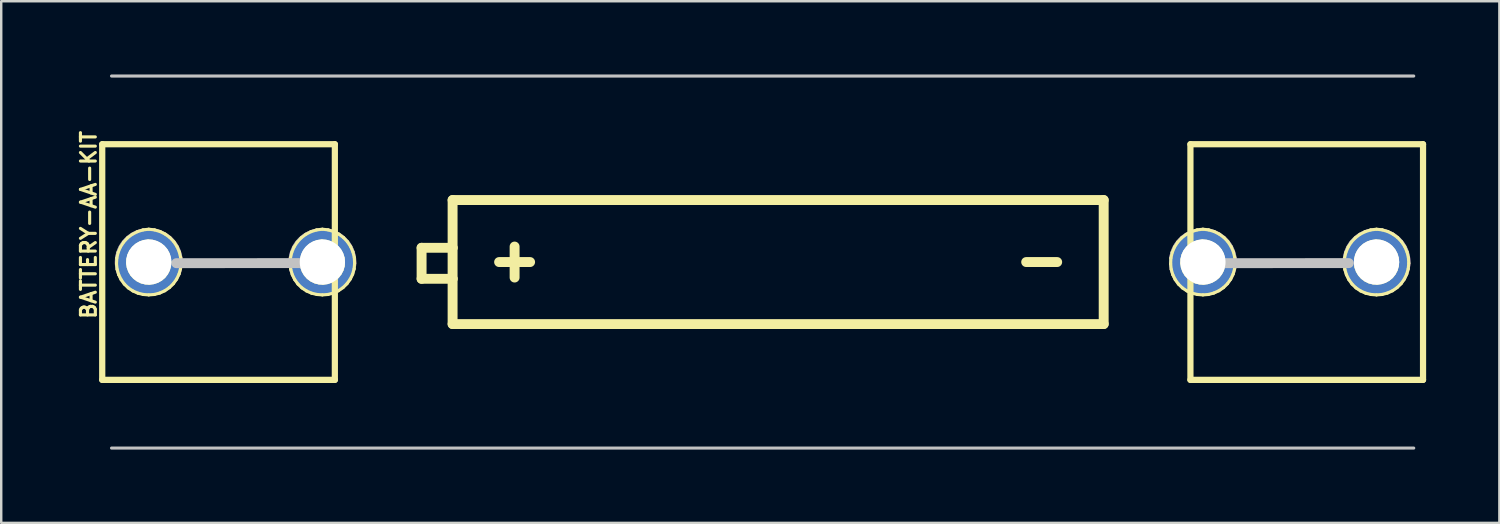
<source format=kicad_pcb>
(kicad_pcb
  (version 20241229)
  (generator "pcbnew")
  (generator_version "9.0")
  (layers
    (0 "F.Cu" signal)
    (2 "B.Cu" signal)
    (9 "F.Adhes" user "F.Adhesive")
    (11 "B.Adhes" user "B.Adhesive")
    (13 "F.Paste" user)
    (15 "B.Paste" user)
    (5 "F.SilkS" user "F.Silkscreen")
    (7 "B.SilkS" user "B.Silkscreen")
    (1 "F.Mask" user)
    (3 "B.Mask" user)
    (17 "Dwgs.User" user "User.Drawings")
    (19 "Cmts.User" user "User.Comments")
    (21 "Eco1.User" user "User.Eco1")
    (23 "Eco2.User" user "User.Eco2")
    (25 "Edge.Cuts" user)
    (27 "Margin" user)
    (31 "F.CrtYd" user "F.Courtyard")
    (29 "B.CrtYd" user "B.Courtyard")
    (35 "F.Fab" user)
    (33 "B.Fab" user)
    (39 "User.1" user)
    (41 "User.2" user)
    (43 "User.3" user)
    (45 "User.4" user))
  (footprint "BATTERY-AA-KIT"
    (layer "F.Cu")
    (at 28.189 7.684)
    (property "Reference" "BATTERY-AA-KIT" (at -27.61 -1.524 90) (layer "F.SilkS") (effects (font (size 0.61 0.61) (thickness 0.127))))
    (attr exclude_from_pos_files exclude_from_bom)
    (fp_line (start -27.051 -4.826) (end -17.523 -4.826) (stroke (width 0.203) (type solid)) (layer "F.SilkS"))
    (fp_line (start -27.051 -4.826) (end -17.523 -4.826) (stroke (width 0.254) (type solid)) (layer "F.SilkS"))
    (fp_line (start -27.051 4.826) (end -27.051 -4.826) (stroke (width 0.203) (type solid)) (layer "F.SilkS"))
    (fp_line (start -27.051 4.826) (end -27.051 -4.826) (stroke (width 0.254) (type solid)) (layer "F.SilkS"))
    (fp_line (start -26.467 0.076) (end -26.441 0.3) (stroke (width 0.127) (type solid)) (layer "F.SilkS"))
    (fp_line (start -26.454 -0.163) (end -26.467 0.076) (stroke (width 0.127) (type solid)) (layer "F.SilkS"))
    (fp_line (start -26.441 0.3) (end -26.378 0.516) (stroke (width 0.127) (type solid)) (layer "F.SilkS"))
    (fp_line (start -26.401 -0.394) (end -26.454 -0.163) (stroke (width 0.127) (type solid)) (layer "F.SilkS"))
    (fp_line (start -26.378 0.516) (end -26.279 0.719) (stroke (width 0.127) (type solid)) (layer "F.SilkS"))
    (fp_line (start -26.307 -0.615) (end -26.401 -0.394) (stroke (width 0.127) (type solid)) (layer "F.SilkS"))
    (fp_line (start -26.279 0.719) (end -26.147 0.902) (stroke (width 0.127) (type solid)) (layer "F.SilkS"))
    (fp_line (start -26.177 -0.815) (end -26.307 -0.615) (stroke (width 0.127) (type solid)) (layer "F.SilkS"))
    (fp_line (start -26.147 0.902) (end -25.984 1.059) (stroke (width 0.127) (type solid)) (layer "F.SilkS"))
    (fp_line (start -26.015 -0.991) (end -26.177 -0.815) (stroke (width 0.127) (type solid)) (layer "F.SilkS"))
    (fp_line (start -26.01 0.051) (end -25.999 -0.119) (stroke (width 0.127) (type solid)) (layer "F.SilkS"))
    (fp_line (start -25.999 -0.119) (end -25.956 -0.287) (stroke (width 0.127) (type solid)) (layer "F.SilkS"))
    (fp_line (start -25.984 0.216) (end -26.01 0.051) (stroke (width 0.127) (type solid)) (layer "F.SilkS"))
    (fp_line (start -25.984 1.059) (end -25.796 1.184) (stroke (width 0.127) (type solid)) (layer "F.SilkS"))
    (fp_line (start -25.956 -0.287) (end -25.883 -0.442) (stroke (width 0.127) (type solid)) (layer "F.SilkS"))
    (fp_line (start -25.928 0.373) (end -25.984 0.216) (stroke (width 0.127) (type solid)) (layer "F.SilkS"))
    (fp_line (start -25.883 -0.442) (end -25.778 -0.579) (stroke (width 0.127) (type solid)) (layer "F.SilkS"))
    (fp_line (start -25.845 0.516) (end -25.928 0.373) (stroke (width 0.127) (type solid)) (layer "F.SilkS"))
    (fp_line (start -25.824 -1.135) (end -26.015 -0.991) (stroke (width 0.127) (type solid)) (layer "F.SilkS"))
    (fp_line (start -25.796 1.184) (end -25.59 1.275) (stroke (width 0.127) (type solid)) (layer "F.SilkS"))
    (fp_line (start -25.778 -0.579) (end -25.651 -0.693) (stroke (width 0.127) (type solid)) (layer "F.SilkS"))
    (fp_line (start -25.733 0.64) (end -25.845 0.516) (stroke (width 0.127) (type solid)) (layer "F.SilkS"))
    (fp_line (start -25.651 -0.693) (end -25.502 -0.78) (stroke (width 0.127) (type solid)) (layer "F.SilkS"))
    (fp_line (start -25.611 -1.245) (end -25.824 -1.135) (stroke (width 0.127) (type solid)) (layer "F.SilkS"))
    (fp_line (start -25.598 0.739) (end -25.733 0.64) (stroke (width 0.127) (type solid)) (layer "F.SilkS"))
    (fp_line (start -25.59 1.275) (end -25.37 1.328) (stroke (width 0.127) (type solid)) (layer "F.SilkS"))
    (fp_line (start -25.502 -0.78) (end -25.342 -0.838) (stroke (width 0.127) (type solid)) (layer "F.SilkS"))
    (fp_line (start -25.448 0.813) (end -25.598 0.739) (stroke (width 0.127) (type solid)) (layer "F.SilkS"))
    (fp_line (start -25.382 -1.316) (end -25.611 -1.245) (stroke (width 0.127) (type solid)) (layer "F.SilkS"))
    (fp_line (start -25.37 1.328) (end -25.146 1.346) (stroke (width 0.127) (type solid)) (layer "F.SilkS"))
    (fp_line (start -25.342 -0.838) (end -25.171 -0.864) (stroke (width 0.127) (type solid)) (layer "F.SilkS"))
    (fp_line (start -25.286 0.853) (end -25.448 0.813) (stroke (width 0.127) (type solid)) (layer "F.SilkS"))
    (fp_line (start -25.171 -0.864) (end -24.999 -0.848) (stroke (width 0.127) (type solid)) (layer "F.SilkS"))
    (fp_line (start -25.146 -1.346) (end -25.382 -1.316) (stroke (width 0.127) (type solid)) (layer "F.SilkS"))
    (fp_line (start -25.146 1.346) (end -24.917 1.328) (stroke (width 0.127) (type solid)) (layer "F.SilkS"))
    (fp_line (start -25.121 0.864) (end -25.286 0.853) (stroke (width 0.127) (type solid)) (layer "F.SilkS"))
    (fp_line (start -24.999 -0.848) (end -24.834 -0.8) (stroke (width 0.127) (type solid)) (layer "F.SilkS"))
    (fp_line (start -24.953 0.843) (end -25.121 0.864) (stroke (width 0.127) (type solid)) (layer "F.SilkS"))
    (fp_line (start -24.917 1.328) (end -24.696 1.27) (stroke (width 0.127) (type solid)) (layer "F.SilkS"))
    (fp_line (start -24.91 -1.318) (end -25.146 -1.346) (stroke (width 0.127) (type solid)) (layer "F.SilkS"))
    (fp_line (start -24.834 -0.8) (end -24.681 -0.721) (stroke (width 0.127) (type solid)) (layer "F.SilkS"))
    (fp_line (start -24.795 0.792) (end -24.953 0.843) (stroke (width 0.127) (type solid)) (layer "F.SilkS"))
    (fp_line (start -24.696 1.27) (end -24.488 1.176) (stroke (width 0.127) (type solid)) (layer "F.SilkS"))
    (fp_line (start -24.681 -1.25) (end -24.91 -1.318) (stroke (width 0.127) (type solid)) (layer "F.SilkS"))
    (fp_line (start -24.681 -0.721) (end -24.547 -0.615) (stroke (width 0.127) (type solid)) (layer "F.SilkS"))
    (fp_line (start -24.648 0.711) (end -24.795 0.792) (stroke (width 0.127) (type solid)) (layer "F.SilkS"))
    (fp_line (start -24.547 -0.615) (end -24.435 -0.483) (stroke (width 0.127) (type solid)) (layer "F.SilkS"))
    (fp_line (start -24.521 0.605) (end -24.648 0.711) (stroke (width 0.127) (type solid)) (layer "F.SilkS"))
    (fp_line (start -24.488 1.176) (end -24.3 1.046) (stroke (width 0.127) (type solid)) (layer "F.SilkS"))
    (fp_line (start -24.47 -1.143) (end -24.681 -1.25) (stroke (width 0.127) (type solid)) (layer "F.SilkS"))
    (fp_line (start -24.435 -0.483) (end -24.354 -0.333) (stroke (width 0.127) (type solid)) (layer "F.SilkS"))
    (fp_line (start -24.417 0.472) (end -24.521 0.605) (stroke (width 0.127) (type solid)) (layer "F.SilkS"))
    (fp_line (start -24.354 -0.333) (end -24.3 -0.17) (stroke (width 0.127) (type solid)) (layer "F.SilkS"))
    (fp_line (start -24.341 0.325) (end -24.417 0.472) (stroke (width 0.127) (type solid)) (layer "F.SilkS"))
    (fp_line (start -24.3 -0.17) (end -24.282 0) (stroke (width 0.127) (type solid)) (layer "F.SilkS"))
    (fp_line (start -24.3 1.046) (end -24.138 0.886) (stroke (width 0.127) (type solid)) (layer "F.SilkS"))
    (fp_line (start -24.295 0.165) (end -24.341 0.325) (stroke (width 0.127) (type solid)) (layer "F.SilkS"))
    (fp_line (start -24.282 0) (end -24.295 0.165) (stroke (width 0.127) (type solid)) (layer "F.SilkS"))
    (fp_line (start -24.28 -1.003) (end -24.47 -1.143) (stroke (width 0.127) (type solid)) (layer "F.SilkS"))
    (fp_line (start -24.138 0.886) (end -24.006 0.701) (stroke (width 0.127) (type solid)) (layer "F.SilkS"))
    (fp_line (start -24.117 -0.831) (end -24.28 -1.003) (stroke (width 0.127) (type solid)) (layer "F.SilkS"))
    (fp_line (start -24.006 0.701) (end -23.906 0.495) (stroke (width 0.127) (type solid)) (layer "F.SilkS"))
    (fp_line (start -23.988 -0.632) (end -24.117 -0.831) (stroke (width 0.127) (type solid)) (layer "F.SilkS"))
    (fp_line (start -23.906 0.495) (end -23.846 0.277) (stroke (width 0.127) (type solid)) (layer "F.SilkS"))
    (fp_line (start -23.894 -0.414) (end -23.988 -0.632) (stroke (width 0.127) (type solid)) (layer "F.SilkS"))
    (fp_line (start -23.846 0.277) (end -23.825 0.051) (stroke (width 0.127) (type solid)) (layer "F.SilkS"))
    (fp_line (start -23.838 -0.185) (end -23.894 -0.414) (stroke (width 0.127) (type solid)) (layer "F.SilkS"))
    (fp_line (start -23.825 0.051) (end -23.838 -0.185) (stroke (width 0.127) (type solid)) (layer "F.SilkS"))
    (fp_line (start -19.355 0.076) (end -19.329 0.3) (stroke (width 0.127) (type solid)) (layer "F.SilkS"))
    (fp_line (start -19.342 -0.163) (end -19.355 0.076) (stroke (width 0.127) (type solid)) (layer "F.SilkS"))
    (fp_line (start -19.329 0.3) (end -19.266 0.516) (stroke (width 0.127) (type solid)) (layer "F.SilkS"))
    (fp_line (start -19.289 -0.394) (end -19.342 -0.163) (stroke (width 0.127) (type solid)) (layer "F.SilkS"))
    (fp_line (start -19.266 0.516) (end -19.167 0.719) (stroke (width 0.127) (type solid)) (layer "F.SilkS"))
    (fp_line (start -19.195 -0.615) (end -19.289 -0.394) (stroke (width 0.127) (type solid)) (layer "F.SilkS"))
    (fp_line (start -19.167 0.719) (end -19.035 0.902) (stroke (width 0.127) (type solid)) (layer "F.SilkS"))
    (fp_line (start -19.065 -0.815) (end -19.195 -0.615) (stroke (width 0.127) (type solid)) (layer "F.SilkS"))
    (fp_line (start -19.035 0.902) (end -18.872 1.059) (stroke (width 0.127) (type solid)) (layer "F.SilkS"))
    (fp_line (start -18.903 -0.991) (end -19.065 -0.815) (stroke (width 0.127) (type solid)) (layer "F.SilkS"))
    (fp_line (start -18.898 0.051) (end -18.887 -0.119) (stroke (width 0.127) (type solid)) (layer "F.SilkS"))
    (fp_line (start -18.887 -0.119) (end -18.844 -0.287) (stroke (width 0.127) (type solid)) (layer "F.SilkS"))
    (fp_line (start -18.872 0.216) (end -18.898 0.051) (stroke (width 0.127) (type solid)) (layer "F.SilkS"))
    (fp_line (start -18.872 1.059) (end -18.684 1.184) (stroke (width 0.127) (type solid)) (layer "F.SilkS"))
    (fp_line (start -18.844 -0.287) (end -18.771 -0.442) (stroke (width 0.127) (type solid)) (layer "F.SilkS"))
    (fp_line (start -18.816 0.373) (end -18.872 0.216) (stroke (width 0.127) (type solid)) (layer "F.SilkS"))
    (fp_line (start -18.771 -0.442) (end -18.666 -0.579) (stroke (width 0.127) (type solid)) (layer "F.SilkS"))
    (fp_line (start -18.733 0.516) (end -18.816 0.373) (stroke (width 0.127) (type solid)) (layer "F.SilkS"))
    (fp_line (start -18.712 -1.135) (end -18.903 -0.991) (stroke (width 0.127) (type solid)) (layer "F.SilkS"))
    (fp_line (start -18.684 1.184) (end -18.479 1.275) (stroke (width 0.127) (type solid)) (layer "F.SilkS"))
    (fp_line (start -18.666 -0.579) (end -18.539 -0.693) (stroke (width 0.127) (type solid)) (layer "F.SilkS"))
    (fp_line (start -18.621 0.64) (end -18.733 0.516) (stroke (width 0.127) (type solid)) (layer "F.SilkS"))
    (fp_line (start -18.539 -0.693) (end -18.39 -0.78) (stroke (width 0.127) (type solid)) (layer "F.SilkS"))
    (fp_line (start -18.499 -1.245) (end -18.712 -1.135) (stroke (width 0.127) (type solid)) (layer "F.SilkS"))
    (fp_line (start -18.486 0.739) (end -18.621 0.64) (stroke (width 0.127) (type solid)) (layer "F.SilkS"))
    (fp_line (start -18.479 1.275) (end -18.258 1.328) (stroke (width 0.127) (type solid)) (layer "F.SilkS"))
    (fp_line (start -18.39 -0.78) (end -18.23 -0.838) (stroke (width 0.127) (type solid)) (layer "F.SilkS"))
    (fp_line (start -18.336 0.813) (end -18.486 0.739) (stroke (width 0.127) (type solid)) (layer "F.SilkS"))
    (fp_line (start -18.27 -1.316) (end -18.499 -1.245) (stroke (width 0.127) (type solid)) (layer "F.SilkS"))
    (fp_line (start -18.258 1.328) (end -18.034 1.346) (stroke (width 0.127) (type solid)) (layer "F.SilkS"))
    (fp_line (start -18.23 -0.838) (end -18.059 -0.864) (stroke (width 0.127) (type solid)) (layer "F.SilkS"))
    (fp_line (start -18.174 0.853) (end -18.336 0.813) (stroke (width 0.127) (type solid)) (layer "F.SilkS"))
    (fp_line (start -18.059 -0.864) (end -17.887 -0.848) (stroke (width 0.127) (type solid)) (layer "F.SilkS"))
    (fp_line (start -18.034 -1.346) (end -18.27 -1.316) (stroke (width 0.127) (type solid)) (layer "F.SilkS"))
    (fp_line (start -18.034 1.346) (end -17.805 1.328) (stroke (width 0.127) (type solid)) (layer "F.SilkS"))
    (fp_line (start -18.009 0.864) (end -18.174 0.853) (stroke (width 0.127) (type solid)) (layer "F.SilkS"))
    (fp_line (start -17.887 -0.848) (end -17.722 -0.8) (stroke (width 0.127) (type solid)) (layer "F.SilkS"))
    (fp_line (start -17.841 0.843) (end -18.009 0.864) (stroke (width 0.127) (type solid)) (layer "F.SilkS"))
    (fp_line (start -17.805 1.328) (end -17.584 1.27) (stroke (width 0.127) (type solid)) (layer "F.SilkS"))
    (fp_line (start -17.798 -1.318) (end -18.034 -1.346) (stroke (width 0.127) (type solid)) (layer "F.SilkS"))
    (fp_line (start -17.722 -0.8) (end -17.569 -0.721) (stroke (width 0.127) (type solid)) (layer "F.SilkS"))
    (fp_line (start -17.683 0.792) (end -17.841 0.843) (stroke (width 0.127) (type solid)) (layer "F.SilkS"))
    (fp_line (start -17.584 1.27) (end -17.376 1.176) (stroke (width 0.127) (type solid)) (layer "F.SilkS"))
    (fp_line (start -17.569 -1.25) (end -17.798 -1.318) (stroke (width 0.127) (type solid)) (layer "F.SilkS"))
    (fp_line (start -17.569 -0.721) (end -17.435 -0.615) (stroke (width 0.127) (type solid)) (layer "F.SilkS"))
    (fp_line (start -17.536 0.711) (end -17.683 0.792) (stroke (width 0.127) (type solid)) (layer "F.SilkS"))
    (fp_line (start -17.523 -4.826) (end -17.523 4.826) (stroke (width 0.254) (type solid)) (layer "F.SilkS"))
    (fp_line (start -17.523 4.826) (end -27.051 4.826) (stroke (width 0.203) (type solid)) (layer "F.SilkS"))
    (fp_line (start -17.523 4.826) (end -27.051 4.826) (stroke (width 0.254) (type solid)) (layer "F.SilkS"))
    (fp_line (start -17.435 -0.615) (end -17.323 -0.483) (stroke (width 0.127) (type solid)) (layer "F.SilkS"))
    (fp_line (start -17.409 0.605) (end -17.536 0.711) (stroke (width 0.127) (type solid)) (layer "F.SilkS"))
    (fp_line (start -17.376 1.176) (end -17.188 1.046) (stroke (width 0.127) (type solid)) (layer "F.SilkS"))
    (fp_line (start -17.358 -1.143) (end -17.569 -1.25) (stroke (width 0.127) (type solid)) (layer "F.SilkS"))
    (fp_line (start -17.323 -0.483) (end -17.242 -0.333) (stroke (width 0.127) (type solid)) (layer "F.SilkS"))
    (fp_line (start -17.305 0.472) (end -17.409 0.605) (stroke (width 0.127) (type solid)) (layer "F.SilkS"))
    (fp_line (start -17.242 -0.333) (end -17.188 -0.17) (stroke (width 0.127) (type solid)) (layer "F.SilkS"))
    (fp_line (start -17.229 0.325) (end -17.305 0.472) (stroke (width 0.127) (type solid)) (layer "F.SilkS"))
    (fp_line (start -17.188 -0.17) (end -17.17 0) (stroke (width 0.127) (type solid)) (layer "F.SilkS"))
    (fp_line (start -17.188 1.046) (end -17.026 0.886) (stroke (width 0.127) (type solid)) (layer "F.SilkS"))
    (fp_line (start -17.183 0.165) (end -17.229 0.325) (stroke (width 0.127) (type solid)) (layer "F.SilkS"))
    (fp_line (start -17.17 0) (end -17.183 0.165) (stroke (width 0.127) (type solid)) (layer "F.SilkS"))
    (fp_line (start -17.168 -1.003) (end -17.358 -1.143) (stroke (width 0.127) (type solid)) (layer "F.SilkS"))
    (fp_line (start -17.026 0.886) (end -16.894 0.701) (stroke (width 0.127) (type solid)) (layer "F.SilkS"))
    (fp_line (start -17.005 -0.831) (end -17.168 -1.003) (stroke (width 0.127) (type solid)) (layer "F.SilkS"))
    (fp_line (start -16.894 0.701) (end -16.794 0.495) (stroke (width 0.127) (type solid)) (layer "F.SilkS"))
    (fp_line (start -16.876 -0.632) (end -17.005 -0.831) (stroke (width 0.127) (type solid)) (layer "F.SilkS"))
    (fp_line (start -16.794 0.495) (end -16.734 0.277) (stroke (width 0.127) (type solid)) (layer "F.SilkS"))
    (fp_line (start -16.782 -0.414) (end -16.876 -0.632) (stroke (width 0.127) (type solid)) (layer "F.SilkS"))
    (fp_line (start -16.734 0.277) (end -16.713 0.051) (stroke (width 0.127) (type solid)) (layer "F.SilkS"))
    (fp_line (start -16.726 -0.185) (end -16.782 -0.414) (stroke (width 0.127) (type solid)) (layer "F.SilkS"))
    (fp_line (start -16.713 0.051) (end -16.726 -0.185) (stroke (width 0.127) (type solid)) (layer "F.SilkS"))
    (fp_line (start -13.97 -0.584) (end -13.97 0.686) (stroke (width 0.406) (type solid)) (layer "F.SilkS"))
    (fp_line (start -13.97 0.686) (end -12.7 0.686) (stroke (width 0.406) (type solid)) (layer "F.SilkS"))
    (fp_line (start -12.7 -2.54) (end -12.7 -0.584) (stroke (width 0.406) (type solid)) (layer "F.SilkS"))
    (fp_line (start -12.7 -0.584) (end -13.97 -0.584) (stroke (width 0.406) (type solid)) (layer "F.SilkS"))
    (fp_line (start -12.7 -0.584) (end -12.7 0.686) (stroke (width 0.406) (type solid)) (layer "F.SilkS"))
    (fp_line (start -12.7 0.686) (end -12.7 2.54) (stroke (width 0.406) (type solid)) (layer "F.SilkS"))
    (fp_line (start -12.7 2.54) (end 13.97 2.54) (stroke (width 0.406) (type solid)) (layer "F.SilkS"))
    (fp_line (start -10.16 -0.635) (end -10.16 0.635) (stroke (width 0.406) (type solid)) (layer "F.SilkS"))
    (fp_line (start -9.525 0) (end -10.795 0) (stroke (width 0.406) (type solid)) (layer "F.SilkS"))
    (fp_line (start 12.065 0) (end 10.795 0) (stroke (width 0.406) (type solid)) (layer "F.SilkS"))
    (fp_line (start 13.97 -2.54) (end -12.7 -2.54) (stroke (width 0.406) (type solid)) (layer "F.SilkS"))
    (fp_line (start 13.97 2.54) (end 13.97 -2.54) (stroke (width 0.406) (type solid)) (layer "F.SilkS"))
    (fp_line (start 16.713 0.076) (end 16.736 0.3) (stroke (width 0.127) (type solid)) (layer "F.SilkS"))
    (fp_line (start 16.723 -0.163) (end 16.713 0.076) (stroke (width 0.127) (type solid)) (layer "F.SilkS"))
    (fp_line (start 16.736 0.3) (end 16.8 0.516) (stroke (width 0.127) (type solid)) (layer "F.SilkS"))
    (fp_line (start 16.777 -0.394) (end 16.723 -0.163) (stroke (width 0.127) (type solid)) (layer "F.SilkS"))
    (fp_line (start 16.8 0.516) (end 16.899 0.719) (stroke (width 0.127) (type solid)) (layer "F.SilkS"))
    (fp_line (start 16.871 -0.615) (end 16.777 -0.394) (stroke (width 0.127) (type solid)) (layer "F.SilkS"))
    (fp_line (start 16.899 0.719) (end 17.031 0.902) (stroke (width 0.127) (type solid)) (layer "F.SilkS"))
    (fp_line (start 17 -0.815) (end 16.871 -0.615) (stroke (width 0.127) (type solid)) (layer "F.SilkS"))
    (fp_line (start 17.031 0.902) (end 17.193 1.059) (stroke (width 0.127) (type solid)) (layer "F.SilkS"))
    (fp_line (start 17.163 -0.991) (end 17 -0.815) (stroke (width 0.127) (type solid)) (layer "F.SilkS"))
    (fp_line (start 17.17 0.051) (end 17.178 -0.119) (stroke (width 0.127) (type solid)) (layer "F.SilkS"))
    (fp_line (start 17.178 -0.119) (end 17.221 -0.287) (stroke (width 0.127) (type solid)) (layer "F.SilkS"))
    (fp_line (start 17.193 0.216) (end 17.17 0.051) (stroke (width 0.127) (type solid)) (layer "F.SilkS"))
    (fp_line (start 17.193 1.059) (end 17.381 1.184) (stroke (width 0.127) (type solid)) (layer "F.SilkS"))
    (fp_line (start 17.221 -0.287) (end 17.295 -0.442) (stroke (width 0.127) (type solid)) (layer "F.SilkS"))
    (fp_line (start 17.249 0.373) (end 17.193 0.216) (stroke (width 0.127) (type solid)) (layer "F.SilkS"))
    (fp_line (start 17.295 -0.442) (end 17.399 -0.579) (stroke (width 0.127) (type solid)) (layer "F.SilkS"))
    (fp_line (start 17.333 0.516) (end 17.249 0.373) (stroke (width 0.127) (type solid)) (layer "F.SilkS"))
    (fp_line (start 17.353 -1.135) (end 17.163 -0.991) (stroke (width 0.127) (type solid)) (layer "F.SilkS"))
    (fp_line (start 17.381 1.184) (end 17.587 1.275) (stroke (width 0.127) (type solid)) (layer "F.SilkS"))
    (fp_line (start 17.399 -0.579) (end 17.526 -0.693) (stroke (width 0.127) (type solid)) (layer "F.SilkS"))
    (fp_line (start 17.445 0.64) (end 17.333 0.516) (stroke (width 0.127) (type solid)) (layer "F.SilkS"))
    (fp_line (start 17.523 -4.826) (end 27.051 -4.826) (stroke (width 0.254) (type solid)) (layer "F.SilkS"))
    (fp_line (start 17.523 4.826) (end 17.523 -4.826) (stroke (width 0.254) (type solid)) (layer "F.SilkS"))
    (fp_line (start 17.523 4.826) (end 27.051 4.826) (stroke (width 0.203) (type solid)) (layer "F.SilkS"))
    (fp_line (start 17.526 -0.693) (end 17.676 -0.78) (stroke (width 0.127) (type solid)) (layer "F.SilkS"))
    (fp_line (start 17.567 -1.245) (end 17.353 -1.135) (stroke (width 0.127) (type solid)) (layer "F.SilkS"))
    (fp_line (start 17.579 0.739) (end 17.445 0.64) (stroke (width 0.127) (type solid)) (layer "F.SilkS"))
    (fp_line (start 17.587 1.275) (end 17.808 1.328) (stroke (width 0.127) (type solid)) (layer "F.SilkS"))
    (fp_line (start 17.676 -0.78) (end 17.836 -0.838) (stroke (width 0.127) (type solid)) (layer "F.SilkS"))
    (fp_line (start 17.729 0.813) (end 17.579 0.739) (stroke (width 0.127) (type solid)) (layer "F.SilkS"))
    (fp_line (start 17.795 -1.316) (end 17.567 -1.245) (stroke (width 0.127) (type solid)) (layer "F.SilkS"))
    (fp_line (start 17.808 1.328) (end 18.034 1.346) (stroke (width 0.127) (type solid)) (layer "F.SilkS"))
    (fp_line (start 17.836 -0.838) (end 18.009 -0.864) (stroke (width 0.127) (type solid)) (layer "F.SilkS"))
    (fp_line (start 17.892 0.853) (end 17.729 0.813) (stroke (width 0.127) (type solid)) (layer "F.SilkS"))
    (fp_line (start 18.009 -0.864) (end 18.179 -0.848) (stroke (width 0.127) (type solid)) (layer "F.SilkS"))
    (fp_line (start 18.034 -1.346) (end 17.795 -1.316) (stroke (width 0.127) (type solid)) (layer "F.SilkS"))
    (fp_line (start 18.034 1.346) (end 18.26 1.328) (stroke (width 0.127) (type solid)) (layer "F.SilkS"))
    (fp_line (start 18.059 0.864) (end 17.892 0.853) (stroke (width 0.127) (type solid)) (layer "F.SilkS"))
    (fp_line (start 18.179 -0.848) (end 18.344 -0.8) (stroke (width 0.127) (type solid)) (layer "F.SilkS"))
    (fp_line (start 18.224 0.843) (end 18.059 0.864) (stroke (width 0.127) (type solid)) (layer "F.SilkS"))
    (fp_line (start 18.26 1.328) (end 18.481 1.27) (stroke (width 0.127) (type solid)) (layer "F.SilkS"))
    (fp_line (start 18.268 -1.318) (end 18.034 -1.346) (stroke (width 0.127) (type solid)) (layer "F.SilkS"))
    (fp_line (start 18.344 -0.8) (end 18.496 -0.721) (stroke (width 0.127) (type solid)) (layer "F.SilkS"))
    (fp_line (start 18.382 0.792) (end 18.224 0.843) (stroke (width 0.127) (type solid)) (layer "F.SilkS"))
    (fp_line (start 18.481 1.27) (end 18.689 1.176) (stroke (width 0.127) (type solid)) (layer "F.SilkS"))
    (fp_line (start 18.496 -1.25) (end 18.268 -1.318) (stroke (width 0.127) (type solid)) (layer "F.SilkS"))
    (fp_line (start 18.496 -0.721) (end 18.631 -0.615) (stroke (width 0.127) (type solid)) (layer "F.SilkS"))
    (fp_line (start 18.529 0.711) (end 18.382 0.792) (stroke (width 0.127) (type solid)) (layer "F.SilkS"))
    (fp_line (start 18.631 -0.615) (end 18.743 -0.483) (stroke (width 0.127) (type solid)) (layer "F.SilkS"))
    (fp_line (start 18.656 0.605) (end 18.529 0.711) (stroke (width 0.127) (type solid)) (layer "F.SilkS"))
    (fp_line (start 18.689 1.176) (end 18.877 1.046) (stroke (width 0.127) (type solid)) (layer "F.SilkS"))
    (fp_line (start 18.707 -1.143) (end 18.496 -1.25) (stroke (width 0.127) (type solid)) (layer "F.SilkS"))
    (fp_line (start 18.743 -0.483) (end 18.824 -0.333) (stroke (width 0.127) (type solid)) (layer "F.SilkS"))
    (fp_line (start 18.76 0.472) (end 18.656 0.605) (stroke (width 0.127) (type solid)) (layer "F.SilkS"))
    (fp_line (start 18.824 -0.333) (end 18.877 -0.17) (stroke (width 0.127) (type solid)) (layer "F.SilkS"))
    (fp_line (start 18.837 0.325) (end 18.76 0.472) (stroke (width 0.127) (type solid)) (layer "F.SilkS"))
    (fp_line (start 18.877 -0.17) (end 18.898 0) (stroke (width 0.127) (type solid)) (layer "F.SilkS"))
    (fp_line (start 18.877 1.046) (end 19.04 0.886) (stroke (width 0.127) (type solid)) (layer "F.SilkS"))
    (fp_line (start 18.882 0.165) (end 18.837 0.325) (stroke (width 0.127) (type solid)) (layer "F.SilkS"))
    (fp_line (start 18.898 -1.003) (end 18.707 -1.143) (stroke (width 0.127) (type solid)) (layer "F.SilkS"))
    (fp_line (start 18.898 0) (end 18.882 0.165) (stroke (width 0.127) (type solid)) (layer "F.SilkS"))
    (fp_line (start 19.04 0.886) (end 19.172 0.701) (stroke (width 0.127) (type solid)) (layer "F.SilkS"))
    (fp_line (start 19.06 -0.831) (end 18.898 -1.003) (stroke (width 0.127) (type solid)) (layer "F.SilkS"))
    (fp_line (start 19.172 0.701) (end 19.271 0.495) (stroke (width 0.127) (type solid)) (layer "F.SilkS"))
    (fp_line (start 19.19 -0.632) (end 19.06 -0.831) (stroke (width 0.127) (type solid)) (layer "F.SilkS"))
    (fp_line (start 19.271 0.495) (end 19.332 0.277) (stroke (width 0.127) (type solid)) (layer "F.SilkS"))
    (fp_line (start 19.284 -0.414) (end 19.19 -0.632) (stroke (width 0.127) (type solid)) (layer "F.SilkS"))
    (fp_line (start 19.332 0.277) (end 19.355 0.051) (stroke (width 0.127) (type solid)) (layer "F.SilkS"))
    (fp_line (start 19.34 -0.185) (end 19.284 -0.414) (stroke (width 0.127) (type solid)) (layer "F.SilkS"))
    (fp_line (start 19.355 0.051) (end 19.34 -0.185) (stroke (width 0.127) (type solid)) (layer "F.SilkS"))
    (fp_line (start 23.825 0.076) (end 23.848 0.3) (stroke (width 0.127) (type solid)) (layer "F.SilkS"))
    (fp_line (start 23.835 -0.163) (end 23.825 0.076) (stroke (width 0.127) (type solid)) (layer "F.SilkS"))
    (fp_line (start 23.848 0.3) (end 23.912 0.516) (stroke (width 0.127) (type solid)) (layer "F.SilkS"))
    (fp_line (start 23.889 -0.394) (end 23.835 -0.163) (stroke (width 0.127) (type solid)) (layer "F.SilkS"))
    (fp_line (start 23.912 0.516) (end 24.011 0.719) (stroke (width 0.127) (type solid)) (layer "F.SilkS"))
    (fp_line (start 23.983 -0.615) (end 23.889 -0.394) (stroke (width 0.127) (type solid)) (layer "F.SilkS"))
    (fp_line (start 24.011 0.719) (end 24.143 0.902) (stroke (width 0.127) (type solid)) (layer "F.SilkS"))
    (fp_line (start 24.112 -0.815) (end 23.983 -0.615) (stroke (width 0.127) (type solid)) (layer "F.SilkS"))
    (fp_line (start 24.143 0.902) (end 24.305 1.059) (stroke (width 0.127) (type solid)) (layer "F.SilkS"))
    (fp_line (start 24.275 -0.991) (end 24.112 -0.815) (stroke (width 0.127) (type solid)) (layer "F.SilkS"))
    (fp_line (start 24.282 0.051) (end 24.29 -0.119) (stroke (width 0.127) (type solid)) (layer "F.SilkS"))
    (fp_line (start 24.29 -0.119) (end 24.333 -0.287) (stroke (width 0.127) (type solid)) (layer "F.SilkS"))
    (fp_line (start 24.305 0.216) (end 24.282 0.051) (stroke (width 0.127) (type solid)) (layer "F.SilkS"))
    (fp_line (start 24.305 1.059) (end 24.493 1.184) (stroke (width 0.127) (type solid)) (layer "F.SilkS"))
    (fp_line (start 24.333 -0.287) (end 24.407 -0.442) (stroke (width 0.127) (type solid)) (layer "F.SilkS"))
    (fp_line (start 24.361 0.373) (end 24.305 0.216) (stroke (width 0.127) (type solid)) (layer "F.SilkS"))
    (fp_line (start 24.407 -0.442) (end 24.511 -0.579) (stroke (width 0.127) (type solid)) (layer "F.SilkS"))
    (fp_line (start 24.445 0.516) (end 24.361 0.373) (stroke (width 0.127) (type solid)) (layer "F.SilkS"))
    (fp_line (start 24.465 -1.135) (end 24.275 -0.991) (stroke (width 0.127) (type solid)) (layer "F.SilkS"))
    (fp_line (start 24.493 1.184) (end 24.699 1.275) (stroke (width 0.127) (type solid)) (layer "F.SilkS"))
    (fp_line (start 24.511 -0.579) (end 24.638 -0.693) (stroke (width 0.127) (type solid)) (layer "F.SilkS"))
    (fp_line (start 24.557 0.64) (end 24.445 0.516) (stroke (width 0.127) (type solid)) (layer "F.SilkS"))
    (fp_line (start 24.638 -0.693) (end 24.788 -0.78) (stroke (width 0.127) (type solid)) (layer "F.SilkS"))
    (fp_line (start 24.679 -1.245) (end 24.465 -1.135) (stroke (width 0.127) (type solid)) (layer "F.SilkS"))
    (fp_line (start 24.691 0.739) (end 24.557 0.64) (stroke (width 0.127) (type solid)) (layer "F.SilkS"))
    (fp_line (start 24.699 1.275) (end 24.92 1.328) (stroke (width 0.127) (type solid)) (layer "F.SilkS"))
    (fp_line (start 24.788 -0.78) (end 24.948 -0.838) (stroke (width 0.127) (type solid)) (layer "F.SilkS"))
    (fp_line (start 24.841 0.813) (end 24.691 0.739) (stroke (width 0.127) (type solid)) (layer "F.SilkS"))
    (fp_line (start 24.907 -1.316) (end 24.679 -1.245) (stroke (width 0.127) (type solid)) (layer "F.SilkS"))
    (fp_line (start 24.92 1.328) (end 25.146 1.346) (stroke (width 0.127) (type solid)) (layer "F.SilkS"))
    (fp_line (start 24.948 -0.838) (end 25.121 -0.864) (stroke (width 0.127) (type solid)) (layer "F.SilkS"))
    (fp_line (start 25.004 0.853) (end 24.841 0.813) (stroke (width 0.127) (type solid)) (layer "F.SilkS"))
    (fp_line (start 25.121 -0.864) (end 25.291 -0.848) (stroke (width 0.127) (type solid)) (layer "F.SilkS"))
    (fp_line (start 25.146 -1.346) (end 24.907 -1.316) (stroke (width 0.127) (type solid)) (layer "F.SilkS"))
    (fp_line (start 25.146 1.346) (end 25.372 1.328) (stroke (width 0.127) (type solid)) (layer "F.SilkS"))
    (fp_line (start 25.171 0.864) (end 25.004 0.853) (stroke (width 0.127) (type solid)) (layer "F.SilkS"))
    (fp_line (start 25.291 -0.848) (end 25.456 -0.8) (stroke (width 0.127) (type solid)) (layer "F.SilkS"))
    (fp_line (start 25.337 0.843) (end 25.171 0.864) (stroke (width 0.127) (type solid)) (layer "F.SilkS"))
    (fp_line (start 25.372 1.328) (end 25.593 1.27) (stroke (width 0.127) (type solid)) (layer "F.SilkS"))
    (fp_line (start 25.38 -1.318) (end 25.146 -1.346) (stroke (width 0.127) (type solid)) (layer "F.SilkS"))
    (fp_line (start 25.456 -0.8) (end 25.608 -0.721) (stroke (width 0.127) (type solid)) (layer "F.SilkS"))
    (fp_line (start 25.494 0.792) (end 25.337 0.843) (stroke (width 0.127) (type solid)) (layer "F.SilkS"))
    (fp_line (start 25.593 1.27) (end 25.801 1.176) (stroke (width 0.127) (type solid)) (layer "F.SilkS"))
    (fp_line (start 25.608 -1.25) (end 25.38 -1.318) (stroke (width 0.127) (type solid)) (layer "F.SilkS"))
    (fp_line (start 25.608 -0.721) (end 25.743 -0.615) (stroke (width 0.127) (type solid)) (layer "F.SilkS"))
    (fp_line (start 25.641 0.711) (end 25.494 0.792) (stroke (width 0.127) (type solid)) (layer "F.SilkS"))
    (fp_line (start 25.743 -0.615) (end 25.855 -0.483) (stroke (width 0.127) (type solid)) (layer "F.SilkS"))
    (fp_line (start 25.768 0.605) (end 25.641 0.711) (stroke (width 0.127) (type solid)) (layer "F.SilkS"))
    (fp_line (start 25.801 1.176) (end 25.989 1.046) (stroke (width 0.127) (type solid)) (layer "F.SilkS"))
    (fp_line (start 25.819 -1.143) (end 25.608 -1.25) (stroke (width 0.127) (type solid)) (layer "F.SilkS"))
    (fp_line (start 25.855 -0.483) (end 25.936 -0.333) (stroke (width 0.127) (type solid)) (layer "F.SilkS"))
    (fp_line (start 25.872 0.472) (end 25.768 0.605) (stroke (width 0.127) (type solid)) (layer "F.SilkS"))
    (fp_line (start 25.936 -0.333) (end 25.989 -0.17) (stroke (width 0.127) (type solid)) (layer "F.SilkS"))
    (fp_line (start 25.949 0.325) (end 25.872 0.472) (stroke (width 0.127) (type solid)) (layer "F.SilkS"))
    (fp_line (start 25.989 -0.17) (end 26.01 0) (stroke (width 0.127) (type solid)) (layer "F.SilkS"))
    (fp_line (start 25.989 1.046) (end 26.152 0.886) (stroke (width 0.127) (type solid)) (layer "F.SilkS"))
    (fp_line (start 25.994 0.165) (end 25.949 0.325) (stroke (width 0.127) (type solid)) (layer "F.SilkS"))
    (fp_line (start 26.01 -1.003) (end 25.819 -1.143) (stroke (width 0.127) (type solid)) (layer "F.SilkS"))
    (fp_line (start 26.01 0) (end 25.994 0.165) (stroke (width 0.127) (type solid)) (layer "F.SilkS"))
    (fp_line (start 26.152 0.886) (end 26.284 0.701) (stroke (width 0.127) (type solid)) (layer "F.SilkS"))
    (fp_line (start 26.172 -0.831) (end 26.01 -1.003) (stroke (width 0.127) (type solid)) (layer "F.SilkS"))
    (fp_line (start 26.284 0.701) (end 26.383 0.495) (stroke (width 0.127) (type solid)) (layer "F.SilkS"))
    (fp_line (start 26.302 -0.632) (end 26.172 -0.831) (stroke (width 0.127) (type solid)) (layer "F.SilkS"))
    (fp_line (start 26.383 0.495) (end 26.444 0.277) (stroke (width 0.127) (type solid)) (layer "F.SilkS"))
    (fp_line (start 26.396 -0.414) (end 26.302 -0.632) (stroke (width 0.127) (type solid)) (layer "F.SilkS"))
    (fp_line (start 26.444 0.277) (end 26.467 0.051) (stroke (width 0.127) (type solid)) (layer "F.SilkS"))
    (fp_line (start 26.452 -0.185) (end 26.396 -0.414) (stroke (width 0.127) (type solid)) (layer "F.SilkS"))
    (fp_line (start 26.467 0.051) (end 26.452 -0.185) (stroke (width 0.127) (type solid)) (layer "F.SilkS"))
    (fp_line (start 27.051 -4.826) (end 17.523 -4.826) (stroke (width 0.203) (type solid)) (layer "F.SilkS"))
    (fp_line (start 27.051 -4.826) (end 27.051 4.826) (stroke (width 0.254) (type solid)) (layer "F.SilkS"))
    (fp_line (start 27.051 4.826) (end 17.523 4.826) (stroke (width 0.254) (type solid)) (layer "F.SilkS"))
    (fp_line (start 27.051 4.826) (end 27.051 -4.826) (stroke (width 0.203) (type solid)) (layer "F.SilkS"))
    (fp_line (start -26.67 -7.62) (end 26.67 -7.62) (stroke (width 0.127) (type solid)) (layer "Dwgs.User"))
    (fp_line (start -24.016 0.046) (end -18.913 0.043) (stroke (width 0.406) (type solid)) (layer "Dwgs.User"))
    (fp_line (start 18.91 0.046) (end 24.011 0.043) (stroke (width 0.406) (type solid)) (layer "Dwgs.User"))
    (fp_line (start 26.67 7.62) (end -26.67 7.62) (stroke (width 0.127) (type solid)) (layer "Dwgs.User"))
    (pad "GND@" thru_hole circle (at 18.034 0) (size 2.781 2.781) (drill 1.854) (layers "*.Cu" "*.Paste" "*.Mask"))
    (pad "GND@" thru_hole circle (at 25.146 0) (size 2.781 2.781) (drill 1.854) (layers "*.Cu" "*.Paste" "*.Mask"))
    (pad "PWR@" thru_hole circle (at -25.146 0) (size 2.781 2.781) (drill 1.854) (layers "*.Cu" "*.Paste" "*.Mask"))
    (pad "PWR@" thru_hole circle (at -18.034 0) (size 2.781 2.781) (drill 1.854) (layers "*.Cu" "*.Paste" "*.Mask")))
  (gr_rect
    (start -3 -3)
    (end 58.367 18.367)
    (stroke (width 0.1) (type default))
    (fill no)
    (layer "Edge.Cuts")))
</source>
